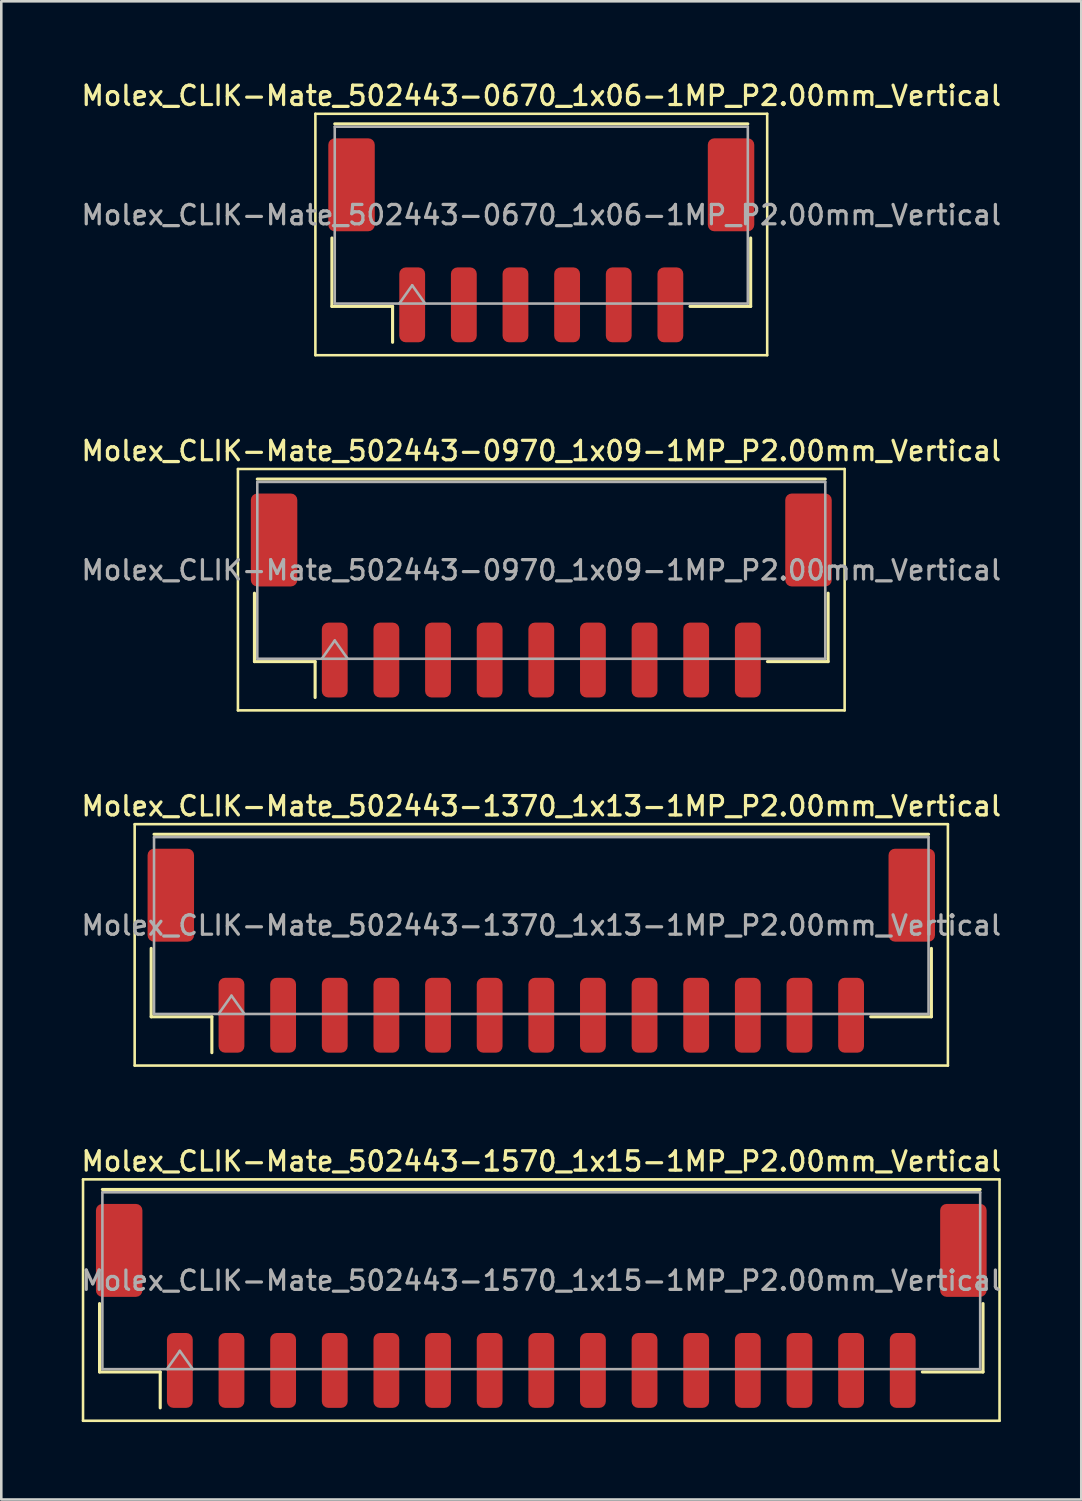
<source format=kicad_pcb>
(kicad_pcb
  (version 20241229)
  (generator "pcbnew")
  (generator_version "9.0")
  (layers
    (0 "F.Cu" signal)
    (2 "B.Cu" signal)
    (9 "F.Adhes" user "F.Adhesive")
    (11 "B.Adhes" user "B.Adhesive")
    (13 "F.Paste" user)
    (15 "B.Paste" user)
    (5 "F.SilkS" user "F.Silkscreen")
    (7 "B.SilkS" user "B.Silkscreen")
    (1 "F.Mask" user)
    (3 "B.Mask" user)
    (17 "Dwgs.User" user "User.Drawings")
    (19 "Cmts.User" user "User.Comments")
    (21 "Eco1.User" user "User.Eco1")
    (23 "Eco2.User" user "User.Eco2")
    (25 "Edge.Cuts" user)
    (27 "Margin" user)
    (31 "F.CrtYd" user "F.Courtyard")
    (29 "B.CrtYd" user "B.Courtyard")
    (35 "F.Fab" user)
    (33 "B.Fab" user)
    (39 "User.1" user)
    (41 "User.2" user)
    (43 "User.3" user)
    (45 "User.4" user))
  (footprint "Molex_CLIK-Mate_502443-0670_1x06-1MP_P2.00mm_Vertical"
    (layer "F.Cu")
    (at 17.916 6.258)
    (property "Reference" "Molex_CLIK-Mate_502443-0670_1x06-1MP_P2.00mm_Vertical" (at 0 -5.6 0) (layer "F.SilkS") (effects (font (size 0.75 0.75) (thickness 0.125))))
    (attr smd)
    (fp_line (start -8.75 -4.9) (end -8.75 4.45) (stroke (width 0.1) (type solid)) (layer "F.SilkS"))
    (fp_line (start -8.75 4.45) (end 8.75 4.45) (stroke (width 0.1) (type solid)) (layer "F.SilkS"))
    (fp_line (start -8.11 -0.09) (end -8.11 2.56) (stroke (width 0.12) (type solid)) (layer "F.SilkS"))
    (fp_line (start -8.11 2.56) (end -5.76 2.56) (stroke (width 0.12) (type solid)) (layer "F.SilkS"))
    (fp_line (start -8 -4.51) (end 8 -4.51) (stroke (width 0.12) (type solid)) (layer "F.SilkS"))
    (fp_line (start -5.76 2.56) (end -5.76 3.95) (stroke (width 0.12) (type solid)) (layer "F.SilkS"))
    (fp_line (start 8.11 -0.09) (end 8.11 2.56) (stroke (width 0.12) (type solid)) (layer "F.SilkS"))
    (fp_line (start 8.11 2.56) (end 5.76 2.56) (stroke (width 0.12) (type solid)) (layer "F.SilkS"))
    (fp_line (start 8.75 -4.9) (end -8.75 -4.9) (stroke (width 0.1) (type solid)) (layer "F.SilkS"))
    (fp_line (start 8.75 4.45) (end 8.75 -4.9) (stroke (width 0.1) (type solid)) (layer "F.SilkS"))
    (fp_line (start -8 -4.4) (end 8 -4.4) (stroke (width 0.1) (type solid)) (layer "F.Fab"))
    (fp_line (start -8 2.45) (end -8 -4.4) (stroke (width 0.1) (type solid)) (layer "F.Fab"))
    (fp_line (start -8 2.45) (end 8 2.45) (stroke (width 0.1) (type solid)) (layer "F.Fab"))
    (fp_line (start -5.5 2.45) (end -5 1.743) (stroke (width 0.1) (type solid)) (layer "F.Fab"))
    (fp_line (start -5 1.743) (end -4.5 2.45) (stroke (width 0.1) (type solid)) (layer "F.Fab"))
    (fp_line (start 8 2.45) (end 8 -4.4) (stroke (width 0.1) (type solid)) (layer "F.Fab"))
    (fp_text user "${REFERENCE}" (at 0 -0.98 0) (layer "F.Fab") (effects (font (size 0.75 0.75) (thickness 0.125))))
    (pad "1" smd roundrect (at -5 2.5) (size 1 2.9) (layers "F.Cu" "F.Mask" "F.Paste") (roundrect_rratio 0.25))
    (pad "2" smd roundrect (at -3 2.5) (size 1 2.9) (layers "F.Cu" "F.Mask" "F.Paste") (roundrect_rratio 0.25))
    (pad "3" smd roundrect (at -1 2.5) (size 1 2.9) (layers "F.Cu" "F.Mask" "F.Paste") (roundrect_rratio 0.25))
    (pad "4" smd roundrect (at 1 2.5) (size 1 2.9) (layers "F.Cu" "F.Mask" "F.Paste") (roundrect_rratio 0.25))
    (pad "5" smd roundrect (at 3 2.5) (size 1 2.9) (layers "F.Cu" "F.Mask" "F.Paste") (roundrect_rratio 0.25))
    (pad "6" smd roundrect (at 5 2.5) (size 1 2.9) (layers "F.Cu" "F.Mask" "F.Paste") (roundrect_rratio 0.25))
    (pad "MP" smd roundrect (at -7.35 -2.15) (size 1.8 3.6) (layers "F.Cu" "F.Mask" "F.Paste") (roundrect_rratio 0.139))
    (pad "MP" smd roundrect (at 7.35 -2.15) (size 1.8 3.6) (layers "F.Cu" "F.Mask" "F.Paste") (roundrect_rratio 0.139)))
  (footprint "Molex_CLIK-Mate_502443-1370_1x13-1MP_P2.00mm_Vertical"
    (layer "F.Cu")
    (at 17.916 33.774)
    (property "Reference" "Molex_CLIK-Mate_502443-1370_1x13-1MP_P2.00mm_Vertical" (at 0 -5.6 0) (layer "F.SilkS") (effects (font (size 0.75 0.75) (thickness 0.125))))
    (attr smd)
    (fp_line (start -15.75 -4.9) (end -15.75 4.45) (stroke (width 0.1) (type solid)) (layer "F.SilkS"))
    (fp_line (start -15.75 4.45) (end 15.75 4.45) (stroke (width 0.1) (type solid)) (layer "F.SilkS"))
    (fp_line (start -15.11 -0.09) (end -15.11 2.56) (stroke (width 0.12) (type solid)) (layer "F.SilkS"))
    (fp_line (start -15.11 2.56) (end -12.76 2.56) (stroke (width 0.12) (type solid)) (layer "F.SilkS"))
    (fp_line (start -15 -4.51) (end 15 -4.51) (stroke (width 0.12) (type solid)) (layer "F.SilkS"))
    (fp_line (start -12.76 2.56) (end -12.76 3.95) (stroke (width 0.12) (type solid)) (layer "F.SilkS"))
    (fp_line (start 15.11 -0.09) (end 15.11 2.56) (stroke (width 0.12) (type solid)) (layer "F.SilkS"))
    (fp_line (start 15.11 2.56) (end 12.76 2.56) (stroke (width 0.12) (type solid)) (layer "F.SilkS"))
    (fp_line (start 15.75 -4.9) (end -15.75 -4.9) (stroke (width 0.1) (type solid)) (layer "F.SilkS"))
    (fp_line (start 15.75 4.45) (end 15.75 -4.9) (stroke (width 0.1) (type solid)) (layer "F.SilkS"))
    (fp_line (start -15 -4.4) (end 15 -4.4) (stroke (width 0.1) (type solid)) (layer "F.Fab"))
    (fp_line (start -15 2.45) (end -15 -4.4) (stroke (width 0.1) (type solid)) (layer "F.Fab"))
    (fp_line (start -15 2.45) (end 15 2.45) (stroke (width 0.1) (type solid)) (layer "F.Fab"))
    (fp_line (start -12.5 2.45) (end -12 1.743) (stroke (width 0.1) (type solid)) (layer "F.Fab"))
    (fp_line (start -12 1.743) (end -11.5 2.45) (stroke (width 0.1) (type solid)) (layer "F.Fab"))
    (fp_line (start 15 2.45) (end 15 -4.4) (stroke (width 0.1) (type solid)) (layer "F.Fab"))
    (fp_text user "${REFERENCE}" (at 0 -0.98 0) (layer "F.Fab") (effects (font (size 0.75 0.75) (thickness 0.125))))
    (pad "1" smd roundrect (at -12 2.5) (size 1 2.9) (layers "F.Cu" "F.Mask" "F.Paste") (roundrect_rratio 0.25))
    (pad "2" smd roundrect (at -10 2.5) (size 1 2.9) (layers "F.Cu" "F.Mask" "F.Paste") (roundrect_rratio 0.25))
    (pad "3" smd roundrect (at -8 2.5) (size 1 2.9) (layers "F.Cu" "F.Mask" "F.Paste") (roundrect_rratio 0.25))
    (pad "4" smd roundrect (at -6 2.5) (size 1 2.9) (layers "F.Cu" "F.Mask" "F.Paste") (roundrect_rratio 0.25))
    (pad "5" smd roundrect (at -4 2.5) (size 1 2.9) (layers "F.Cu" "F.Mask" "F.Paste") (roundrect_rratio 0.25))
    (pad "6" smd roundrect (at -2 2.5) (size 1 2.9) (layers "F.Cu" "F.Mask" "F.Paste") (roundrect_rratio 0.25))
    (pad "7" smd roundrect (at 0 2.5) (size 1 2.9) (layers "F.Cu" "F.Mask" "F.Paste") (roundrect_rratio 0.25))
    (pad "8" smd roundrect (at 2 2.5) (size 1 2.9) (layers "F.Cu" "F.Mask" "F.Paste") (roundrect_rratio 0.25))
    (pad "9" smd roundrect (at 4 2.5) (size 1 2.9) (layers "F.Cu" "F.Mask" "F.Paste") (roundrect_rratio 0.25))
    (pad "10" smd roundrect (at 6 2.5) (size 1 2.9) (layers "F.Cu" "F.Mask" "F.Paste") (roundrect_rratio 0.25))
    (pad "11" smd roundrect (at 8 2.5) (size 1 2.9) (layers "F.Cu" "F.Mask" "F.Paste") (roundrect_rratio 0.25))
    (pad "12" smd roundrect (at 10 2.5) (size 1 2.9) (layers "F.Cu" "F.Mask" "F.Paste") (roundrect_rratio 0.25))
    (pad "13" smd roundrect (at 12 2.5) (size 1 2.9) (layers "F.Cu" "F.Mask" "F.Paste") (roundrect_rratio 0.25))
    (pad "MP" smd roundrect (at -14.35 -2.15) (size 1.8 3.6) (layers "F.Cu" "F.Mask" "F.Paste") (roundrect_rratio 0.139))
    (pad "MP" smd roundrect (at 14.35 -2.15) (size 1.8 3.6) (layers "F.Cu" "F.Mask" "F.Paste") (roundrect_rratio 0.139)))
  (footprint "Molex_CLIK-Mate_502443-0970_1x09-1MP_P2.00mm_Vertical"
    (layer "F.Cu")
    (at 17.916 20.016)
    (property "Reference" "Molex_CLIK-Mate_502443-0970_1x09-1MP_P2.00mm_Vertical" (at 0 -5.6 0) (layer "F.SilkS") (effects (font (size 0.75 0.75) (thickness 0.125))))
    (attr smd)
    (fp_line (start -11.75 -4.9) (end -11.75 4.45) (stroke (width 0.1) (type solid)) (layer "F.SilkS"))
    (fp_line (start -11.75 4.45) (end 11.75 4.45) (stroke (width 0.1) (type solid)) (layer "F.SilkS"))
    (fp_line (start -11.11 -0.09) (end -11.11 2.56) (stroke (width 0.12) (type solid)) (layer "F.SilkS"))
    (fp_line (start -11.11 2.56) (end -8.76 2.56) (stroke (width 0.12) (type solid)) (layer "F.SilkS"))
    (fp_line (start -11 -4.51) (end 11 -4.51) (stroke (width 0.12) (type solid)) (layer "F.SilkS"))
    (fp_line (start -8.76 2.56) (end -8.76 3.95) (stroke (width 0.12) (type solid)) (layer "F.SilkS"))
    (fp_line (start 11.11 -0.09) (end 11.11 2.56) (stroke (width 0.12) (type solid)) (layer "F.SilkS"))
    (fp_line (start 11.11 2.56) (end 8.76 2.56) (stroke (width 0.12) (type solid)) (layer "F.SilkS"))
    (fp_line (start 11.75 -4.9) (end -11.75 -4.9) (stroke (width 0.1) (type solid)) (layer "F.SilkS"))
    (fp_line (start 11.75 4.45) (end 11.75 -4.9) (stroke (width 0.1) (type solid)) (layer "F.SilkS"))
    (fp_line (start -11 -4.4) (end 11 -4.4) (stroke (width 0.1) (type solid)) (layer "F.Fab"))
    (fp_line (start -11 2.45) (end -11 -4.4) (stroke (width 0.1) (type solid)) (layer "F.Fab"))
    (fp_line (start -11 2.45) (end 11 2.45) (stroke (width 0.1) (type solid)) (layer "F.Fab"))
    (fp_line (start -8.5 2.45) (end -8 1.743) (stroke (width 0.1) (type solid)) (layer "F.Fab"))
    (fp_line (start -8 1.743) (end -7.5 2.45) (stroke (width 0.1) (type solid)) (layer "F.Fab"))
    (fp_line (start 11 2.45) (end 11 -4.4) (stroke (width 0.1) (type solid)) (layer "F.Fab"))
    (fp_text user "${REFERENCE}" (at 0 -0.98 0) (layer "F.Fab") (effects (font (size 0.75 0.75) (thickness 0.125))))
    (pad "1" smd roundrect (at -8 2.5) (size 1 2.9) (layers "F.Cu" "F.Mask" "F.Paste") (roundrect_rratio 0.25))
    (pad "2" smd roundrect (at -6 2.5) (size 1 2.9) (layers "F.Cu" "F.Mask" "F.Paste") (roundrect_rratio 0.25))
    (pad "3" smd roundrect (at -4 2.5) (size 1 2.9) (layers "F.Cu" "F.Mask" "F.Paste") (roundrect_rratio 0.25))
    (pad "4" smd roundrect (at -2 2.5) (size 1 2.9) (layers "F.Cu" "F.Mask" "F.Paste") (roundrect_rratio 0.25))
    (pad "5" smd roundrect (at 0 2.5) (size 1 2.9) (layers "F.Cu" "F.Mask" "F.Paste") (roundrect_rratio 0.25))
    (pad "6" smd roundrect (at 2 2.5) (size 1 2.9) (layers "F.Cu" "F.Mask" "F.Paste") (roundrect_rratio 0.25))
    (pad "7" smd roundrect (at 4 2.5) (size 1 2.9) (layers "F.Cu" "F.Mask" "F.Paste") (roundrect_rratio 0.25))
    (pad "8" smd roundrect (at 6 2.5) (size 1 2.9) (layers "F.Cu" "F.Mask" "F.Paste") (roundrect_rratio 0.25))
    (pad "9" smd roundrect (at 8 2.5) (size 1 2.9) (layers "F.Cu" "F.Mask" "F.Paste") (roundrect_rratio 0.25))
    (pad "MP" smd roundrect (at -10.35 -2.15) (size 1.8 3.6) (layers "F.Cu" "F.Mask" "F.Paste") (roundrect_rratio 0.139))
    (pad "MP" smd roundrect (at 10.35 -2.15) (size 1.8 3.6) (layers "F.Cu" "F.Mask" "F.Paste") (roundrect_rratio 0.139)))
  (footprint "Molex_CLIK-Mate_502443-1570_1x15-1MP_P2.00mm_Vertical"
    (layer "F.Cu")
    (at 17.916 47.532)
    (property "Reference" "Molex_CLIK-Mate_502443-1570_1x15-1MP_P2.00mm_Vertical" (at 0 -5.6 0) (layer "F.SilkS") (effects (font (size 0.75 0.75) (thickness 0.125))))
    (attr smd)
    (fp_line (start -17.75 -4.9) (end -17.75 4.45) (stroke (width 0.1) (type solid)) (layer "F.SilkS"))
    (fp_line (start -17.75 4.45) (end 17.75 4.45) (stroke (width 0.1) (type solid)) (layer "F.SilkS"))
    (fp_line (start -17.11 -0.09) (end -17.11 2.56) (stroke (width 0.12) (type solid)) (layer "F.SilkS"))
    (fp_line (start -17.11 2.56) (end -14.76 2.56) (stroke (width 0.12) (type solid)) (layer "F.SilkS"))
    (fp_line (start -17 -4.51) (end 17 -4.51) (stroke (width 0.12) (type solid)) (layer "F.SilkS"))
    (fp_line (start -14.76 2.56) (end -14.76 3.95) (stroke (width 0.12) (type solid)) (layer "F.SilkS"))
    (fp_line (start 17.11 -0.09) (end 17.11 2.56) (stroke (width 0.12) (type solid)) (layer "F.SilkS"))
    (fp_line (start 17.11 2.56) (end 14.76 2.56) (stroke (width 0.12) (type solid)) (layer "F.SilkS"))
    (fp_line (start 17.75 -4.9) (end -17.75 -4.9) (stroke (width 0.1) (type solid)) (layer "F.SilkS"))
    (fp_line (start 17.75 4.45) (end 17.75 -4.9) (stroke (width 0.1) (type solid)) (layer "F.SilkS"))
    (fp_line (start -17 -4.4) (end 17 -4.4) (stroke (width 0.1) (type solid)) (layer "F.Fab"))
    (fp_line (start -17 2.45) (end -17 -4.4) (stroke (width 0.1) (type solid)) (layer "F.Fab"))
    (fp_line (start -17 2.45) (end 17 2.45) (stroke (width 0.1) (type solid)) (layer "F.Fab"))
    (fp_line (start -14.5 2.45) (end -14 1.743) (stroke (width 0.1) (type solid)) (layer "F.Fab"))
    (fp_line (start -14 1.743) (end -13.5 2.45) (stroke (width 0.1) (type solid)) (layer "F.Fab"))
    (fp_line (start 17 2.45) (end 17 -4.4) (stroke (width 0.1) (type solid)) (layer "F.Fab"))
    (fp_text user "${REFERENCE}" (at 0 -0.98 0) (layer "F.Fab") (effects (font (size 0.75 0.75) (thickness 0.125))))
    (pad "1" smd roundrect (at -14 2.5) (size 1 2.9) (layers "F.Cu" "F.Mask" "F.Paste") (roundrect_rratio 0.25))
    (pad "2" smd roundrect (at -12 2.5) (size 1 2.9) (layers "F.Cu" "F.Mask" "F.Paste") (roundrect_rratio 0.25))
    (pad "3" smd roundrect (at -10 2.5) (size 1 2.9) (layers "F.Cu" "F.Mask" "F.Paste") (roundrect_rratio 0.25))
    (pad "4" smd roundrect (at -8 2.5) (size 1 2.9) (layers "F.Cu" "F.Mask" "F.Paste") (roundrect_rratio 0.25))
    (pad "5" smd roundrect (at -6 2.5) (size 1 2.9) (layers "F.Cu" "F.Mask" "F.Paste") (roundrect_rratio 0.25))
    (pad "6" smd roundrect (at -4 2.5) (size 1 2.9) (layers "F.Cu" "F.Mask" "F.Paste") (roundrect_rratio 0.25))
    (pad "7" smd roundrect (at -2 2.5) (size 1 2.9) (layers "F.Cu" "F.Mask" "F.Paste") (roundrect_rratio 0.25))
    (pad "8" smd roundrect (at 0 2.5) (size 1 2.9) (layers "F.Cu" "F.Mask" "F.Paste") (roundrect_rratio 0.25))
    (pad "9" smd roundrect (at 2 2.5) (size 1 2.9) (layers "F.Cu" "F.Mask" "F.Paste") (roundrect_rratio 0.25))
    (pad "10" smd roundrect (at 4 2.5) (size 1 2.9) (layers "F.Cu" "F.Mask" "F.Paste") (roundrect_rratio 0.25))
    (pad "11" smd roundrect (at 6 2.5) (size 1 2.9) (layers "F.Cu" "F.Mask" "F.Paste") (roundrect_rratio 0.25))
    (pad "12" smd roundrect (at 8 2.5) (size 1 2.9) (layers "F.Cu" "F.Mask" "F.Paste") (roundrect_rratio 0.25))
    (pad "13" smd roundrect (at 10 2.5) (size 1 2.9) (layers "F.Cu" "F.Mask" "F.Paste") (roundrect_rratio 0.25))
    (pad "14" smd roundrect (at 12 2.5) (size 1 2.9) (layers "F.Cu" "F.Mask" "F.Paste") (roundrect_rratio 0.25))
    (pad "15" smd roundrect (at 14 2.5) (size 1 2.9) (layers "F.Cu" "F.Mask" "F.Paste") (roundrect_rratio 0.25))
    (pad "MP" smd roundrect (at -16.35 -2.15) (size 1.8 3.6) (layers "F.Cu" "F.Mask" "F.Paste") (roundrect_rratio 0.139))
    (pad "MP" smd roundrect (at 16.35 -2.15) (size 1.8 3.6) (layers "F.Cu" "F.Mask" "F.Paste") (roundrect_rratio 0.139)))
  (gr_rect
    (start -3 -3)
    (end 38.832 55.032)
    (stroke (width 0.1) (type default))
    (fill no)
    (layer "Edge.Cuts")))
</source>
